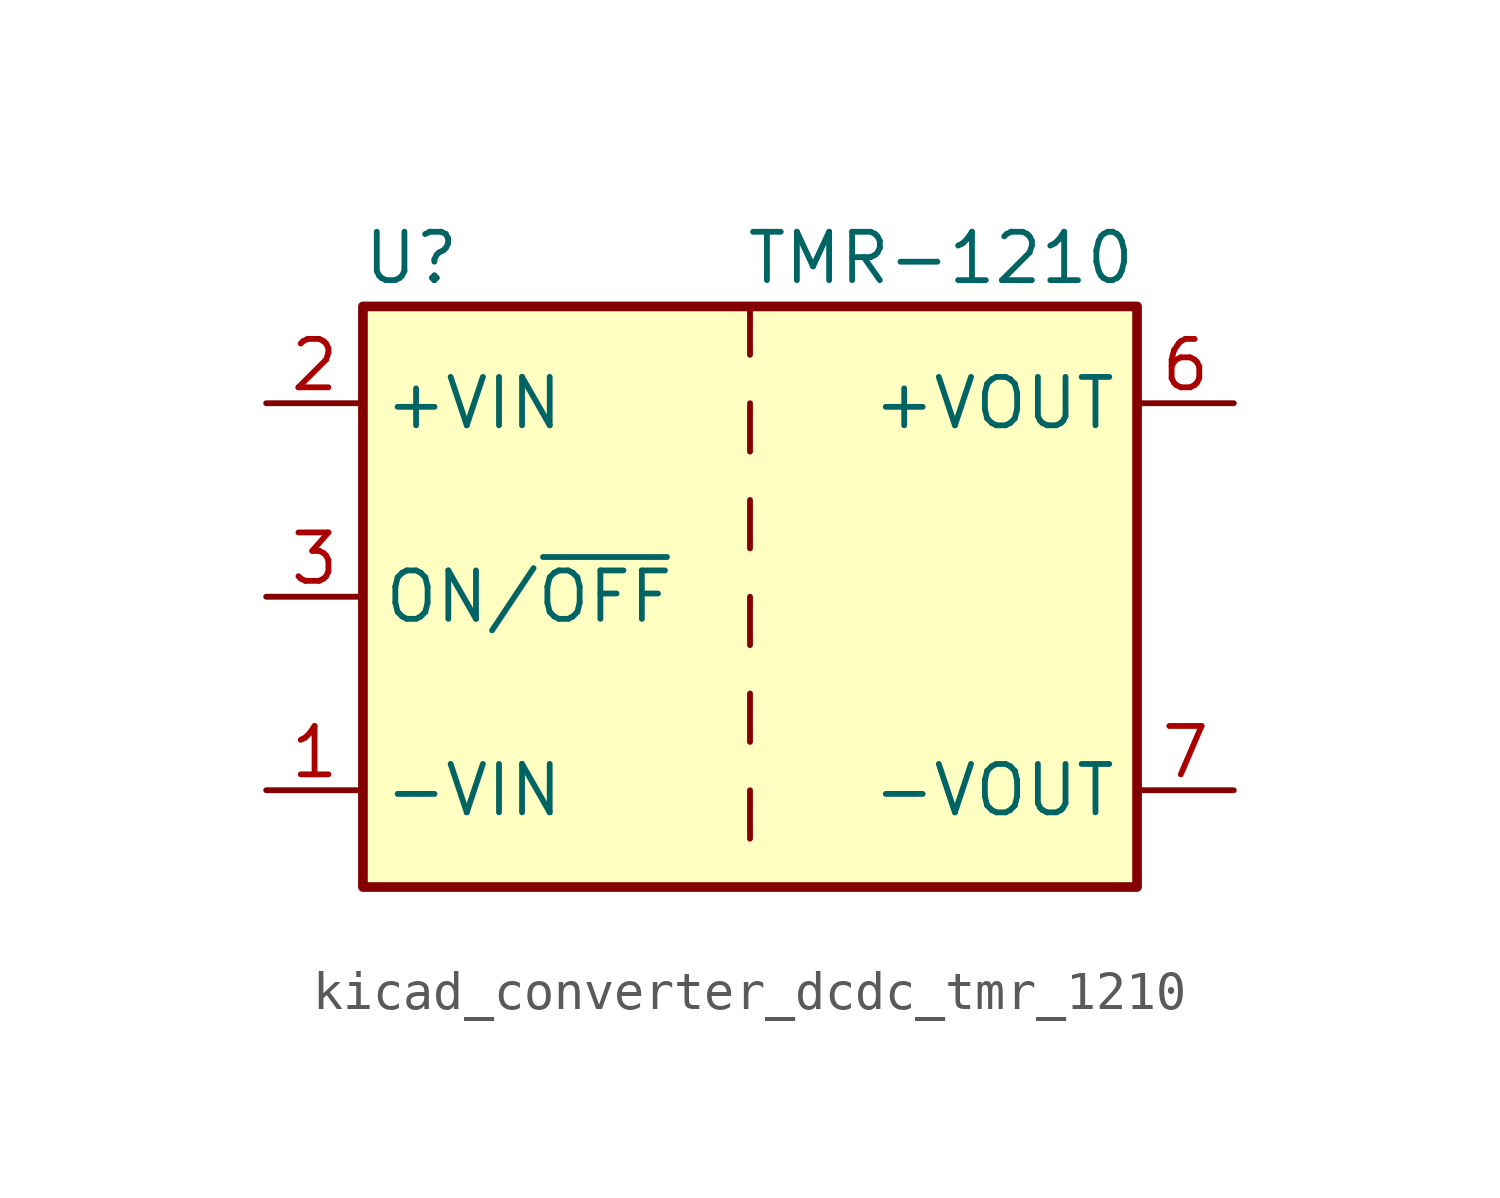
<source format=kicad_sym>
(kicad_symbol_lib
  (version 20220914)
  (generator kicad_symbol_editor)
  (symbol "kicad_converter_dcdc_tmr_1210"
    (property "Reference" "U"
      (at -8.89 8.89 0)
      (effects (font (size 1.27 1.27))))
    (property "Value" "TMR-1210"
      (at 10.16 8.89 0)
      (effects (font (size 1.27 1.27)) (justify right)))
    (symbol "kicad_converter_dcdc_tmr_1210_0_1"
      (rectangle (start -10.16 7.62) (end 10.16 -7.62) (stroke (width 0.254) (type default)) (fill (type background)))
      (polyline (pts (xy 0 -5.08) (xy 0 -6.35)) (stroke (width 0) (type default)) (fill (type none)))
      (polyline (pts (xy 0 -2.54) (xy 0 -3.81)) (stroke (width 0) (type default)) (fill (type none)))
      (polyline (pts (xy 0 0) (xy 0 -1.27)) (stroke (width 0) (type default)) (fill (type none)))
      (polyline (pts (xy 0 2.54) (xy 0 1.27)) (stroke (width 0) (type default)) (fill (type none)))
      (polyline (pts (xy 0 5.08) (xy 0 3.81)) (stroke (width 0) (type default)) (fill (type none)))
      (polyline (pts (xy 0 7.62) (xy 0 6.35)) (stroke (width 0) (type default)) (fill (type none))))
    (symbol "kicad_converter_dcdc_tmr_1210_1_1"
      (pin power_in line (at -12.7 -5.08 0) (length 2.54) (name "-VIN" (effects (font (size 1.27 1.27)))) (number "1" (effects (font (size 1.27 1.27)))))
      (pin power_in line (at -12.7 5.08 0) (length 2.54) (name "+VIN" (effects (font (size 1.27 1.27)))) (number "2" (effects (font (size 1.27 1.27)))))
      (pin input line (at -12.7 0 0) (length 2.54) (name "ON/~{OFF}" (effects (font (size 1.27 1.27)))) (number "3" (effects (font (size 1.27 1.27)))))
      (pin no_connect line (at 10.16 2.54 180) (length 2.54) hide (name "NC" (effects (font (size 1.27 1.27)))) (number "5" (effects (font (size 1.27 1.27)))))
      (pin power_out line (at 12.7 5.08 180) (length 2.54) (name "+VOUT" (effects (font (size 1.27 1.27)))) (number "6" (effects (font (size 1.27 1.27)))))
      (pin power_out line (at 12.7 -5.08 180) (length 2.54) (name "-VOUT" (effects (font (size 1.27 1.27)))) (number "7" (effects (font (size 1.27 1.27)))))
      (pin no_connect line (at 10.16 0 180) (length 2.54) hide (name "NC" (effects (font (size 1.27 1.27)))) (number "8" (effects (font (size 1.27 1.27))))))))
</source>
